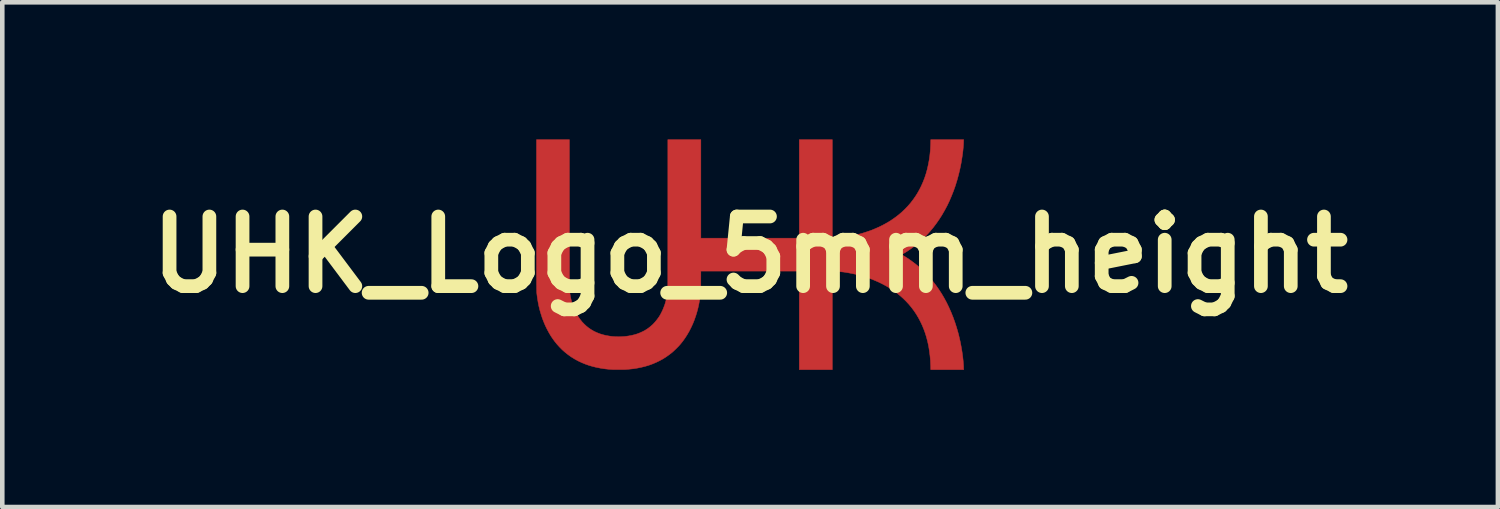
<source format=kicad_pcb>
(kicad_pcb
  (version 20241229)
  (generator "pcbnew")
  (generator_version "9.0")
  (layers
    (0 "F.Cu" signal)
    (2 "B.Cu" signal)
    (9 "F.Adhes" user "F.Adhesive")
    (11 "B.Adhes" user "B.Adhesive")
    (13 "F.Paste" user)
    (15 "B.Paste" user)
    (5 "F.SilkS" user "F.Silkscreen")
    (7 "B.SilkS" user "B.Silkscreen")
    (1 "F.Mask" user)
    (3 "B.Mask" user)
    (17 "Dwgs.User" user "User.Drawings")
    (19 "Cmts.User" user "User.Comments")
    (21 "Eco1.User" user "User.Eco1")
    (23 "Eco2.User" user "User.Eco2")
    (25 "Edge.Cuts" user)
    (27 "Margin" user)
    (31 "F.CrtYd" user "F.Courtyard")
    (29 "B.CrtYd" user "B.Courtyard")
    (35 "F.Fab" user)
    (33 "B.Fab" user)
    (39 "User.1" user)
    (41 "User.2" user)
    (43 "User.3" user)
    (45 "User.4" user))
  (footprint "UHK_Logo_5mm_height"
    (layer "F.Cu")
    (at 13.36 2.521)
    (property "Reference" "UHK_Logo_5mm_height" (at 0 0 0) (layer "F.SilkS") (effects (font (size 1.524 1.524) (thickness 0.3))))
    (attr through_hole)
    (fp_poly (pts (xy -3.953 -0.893) (xy -3.953 -0.772) (xy -3.953 -0.656) (xy -3.953 -0.544) (xy -3.953 -0.437) (xy -3.953 -0.335) (xy -3.952 -0.237) (xy -3.952 -0.144) (xy -3.952 -0.056) (xy -3.952 0.028) (xy -3.952 0.107) (xy -3.952 0.182) (xy -3.952 0.252) (xy -3.952 0.318) (xy -3.952 0.379) (xy -3.952 0.435) (xy -3.952 0.487) (xy -3.952 0.534) (xy -3.952 0.577) (xy -3.951 0.616) (xy -3.951 0.65) (xy -3.951 0.679) (xy -3.951 0.704) (xy -3.951 0.725) (xy -3.951 0.741) (xy -3.95 0.752) (xy -3.95 0.76) (xy -3.95 0.762) (xy -3.943 0.834) (xy -3.932 0.906) (xy -3.917 0.977) (xy -3.899 1.047) (xy -3.877 1.114) (xy -3.852 1.179) (xy -3.825 1.242) (xy -3.794 1.301) (xy -3.789 1.309) (xy -3.754 1.367) (xy -3.715 1.421) (xy -3.674 1.472) (xy -3.629 1.519) (xy -3.582 1.563) (xy -3.532 1.603) (xy -3.479 1.639) (xy -3.423 1.672) (xy -3.4 1.684) (xy -3.344 1.709) (xy -3.285 1.732) (xy -3.223 1.751) (xy -3.159 1.767) (xy -3.092 1.779) (xy -3.024 1.789) (xy -2.954 1.794) (xy -2.883 1.796) (xy -2.812 1.795) (xy -2.806 1.794) (xy -2.731 1.789) (xy -2.659 1.779) (xy -2.589 1.766) (xy -2.523 1.75) (xy -2.459 1.73) (xy -2.399 1.706) (xy -2.341 1.679) (xy -2.285 1.648) (xy -2.233 1.614) (xy -2.183 1.575) (xy -2.135 1.533) (xy -2.128 1.527) (xy -2.083 1.479) (xy -2.041 1.428) (xy -2.001 1.374) (xy -1.965 1.317) (xy -1.933 1.256) (xy -1.903 1.191) (xy -1.877 1.124) (xy -1.863 1.085) (xy -1.85 1.04) (xy -1.838 0.996) (xy -1.827 0.952) (xy -1.818 0.905) (xy -1.81 0.856) (xy -1.805 0.82) (xy -1.8 0.781) (xy -1.799 -0.867) (xy -1.799 -2.516) (xy -1.077 -2.516) (xy -1.077 -0.36) (xy 1.077 -0.36) (xy 1.077 -2.516) (xy 1.799 -2.516) (xy 1.799 -0.36) (xy 1.822 -0.361) (xy 1.866 -0.364) (xy 1.906 -0.367) (xy 1.944 -0.37) (xy 1.979 -0.373) (xy 2.014 -0.377) (xy 2.049 -0.382) (xy 2.084 -0.387) (xy 2.121 -0.393) (xy 2.136 -0.395) (xy 2.24 -0.414) (xy 2.343 -0.438) (xy 2.444 -0.464) (xy 2.542 -0.495) (xy 2.639 -0.528) (xy 2.733 -0.566) (xy 2.824 -0.606) (xy 2.912 -0.65) (xy 2.997 -0.697) (xy 3.023 -0.712) (xy 3.103 -0.763) (xy 3.18 -0.817) (xy 3.254 -0.874) (xy 3.324 -0.934) (xy 3.39 -0.997) (xy 3.453 -1.063) (xy 3.513 -1.132) (xy 3.568 -1.204) (xy 3.62 -1.278) (xy 3.661 -1.343) (xy 3.706 -1.423) (xy 3.747 -1.505) (xy 3.785 -1.591) (xy 3.819 -1.678) (xy 3.849 -1.769) (xy 3.875 -1.862) (xy 3.897 -1.959) (xy 3.916 -2.057) (xy 3.931 -2.159) (xy 3.942 -2.263) (xy 3.946 -2.315) (xy 3.946 -2.329) (xy 3.947 -2.346) (xy 3.948 -2.365) (xy 3.949 -2.386) (xy 3.95 -2.407) (xy 3.951 -2.429) (xy 3.951 -2.449) (xy 3.952 -2.467) (xy 3.952 -2.483) (xy 3.953 -2.495) (xy 3.953 -2.497) (xy 3.953 -2.516) (xy 4.673 -2.516) (xy 4.671 -2.467) (xy 4.669 -2.409) (xy 4.664 -2.346) (xy 4.658 -2.281) (xy 4.65 -2.213) (xy 4.64 -2.144) (xy 4.629 -2.073) (xy 4.617 -2.001) (xy 4.603 -1.93) (xy 4.588 -1.859) (xy 4.571 -1.789) (xy 4.561 -1.747) (xy 4.528 -1.627) (xy 4.492 -1.51) (xy 4.452 -1.397) (xy 4.408 -1.286) (xy 4.362 -1.178) (xy 4.312 -1.073) (xy 4.258 -0.972) (xy 4.201 -0.873) (xy 4.141 -0.778) (xy 4.077 -0.686) (xy 4.01 -0.597) (xy 3.939 -0.512) (xy 3.928 -0.499) (xy 3.915 -0.484) (xy 3.899 -0.467) (xy 3.881 -0.448) (xy 3.861 -0.427) (xy 3.84 -0.406) (xy 3.818 -0.384) (xy 3.796 -0.362) (xy 3.775 -0.341) (xy 3.754 -0.322) (xy 3.736 -0.304) (xy 3.719 -0.289) (xy 3.708 -0.279) (xy 3.649 -0.229) (xy 3.586 -0.179) (xy 3.522 -0.132) (xy 3.457 -0.087) (xy 3.393 -0.046) (xy 3.365 -0.029) (xy 3.348 -0.019) (xy 3.336 -0.011) (xy 3.328 -0.005) (xy 3.323 -0.000149) (xy 3.322 0.003) (xy 3.322 0.003) (xy 3.325 0.005) (xy 3.33 0.008) (xy 3.338 0.013) (xy 3.349 0.019) (xy 3.361 0.026) (xy 3.364 0.028) (xy 3.429 0.069) (xy 3.495 0.113) (xy 3.561 0.161) (xy 3.626 0.211) (xy 3.689 0.263) (xy 3.709 0.28) (xy 3.723 0.292) (xy 3.739 0.307) (xy 3.757 0.325) (xy 3.777 0.344) (xy 3.798 0.364) (xy 3.819 0.385) (xy 3.84 0.406) (xy 3.861 0.427) (xy 3.88 0.447) (xy 3.897 0.465) (xy 3.912 0.481) (xy 3.925 0.495) (xy 3.925 0.495) (xy 3.996 0.58) (xy 4.063 0.667) (xy 4.127 0.758) (xy 4.188 0.851) (xy 4.245 0.948) (xy 4.299 1.048) (xy 4.349 1.151) (xy 4.396 1.257) (xy 4.44 1.366) (xy 4.481 1.479) (xy 4.518 1.595) (xy 4.547 1.695) (xy 4.565 1.762) (xy 4.581 1.831) (xy 4.597 1.901) (xy 4.611 1.972) (xy 4.624 2.044) (xy 4.636 2.115) (xy 4.646 2.185) (xy 4.655 2.254) (xy 4.662 2.321) (xy 4.667 2.384) (xy 4.671 2.445) (xy 4.671 2.467) (xy 4.673 2.516) (xy 3.953 2.516) (xy 3.953 2.497) (xy 3.952 2.485) (xy 3.952 2.47) (xy 3.952 2.452) (xy 3.951 2.432) (xy 3.95 2.411) (xy 3.949 2.39) (xy 3.948 2.369) (xy 3.947 2.349) (xy 3.947 2.332) (xy 3.946 2.317) (xy 3.946 2.315) (xy 3.936 2.21) (xy 3.923 2.107) (xy 3.907 2.007) (xy 3.886 1.909) (xy 3.862 1.815) (xy 3.834 1.723) (xy 3.802 1.634) (xy 3.766 1.547) (xy 3.727 1.464) (xy 3.684 1.383) (xy 3.637 1.304) (xy 3.587 1.229) (xy 3.533 1.157) (xy 3.475 1.087) (xy 3.413 1.02) (xy 3.348 0.956) (xy 3.279 0.895) (xy 3.206 0.836) (xy 3.13 0.781) (xy 3.05 0.729) (xy 2.975 0.684) (xy 2.895 0.641) (xy 2.811 0.6) (xy 2.723 0.562) (xy 2.633 0.526) (xy 2.54 0.494) (xy 2.446 0.465) (xy 2.35 0.439) (xy 2.252 0.417) (xy 2.153 0.398) (xy 2.054 0.382) (xy 1.964 0.372) (xy 1.922 0.368) (xy 1.878 0.364) (xy 1.83 0.361) (xy 1.823 0.361) (xy 1.799 0.36) (xy 1.799 2.516) (xy 1.077 2.516) (xy 1.077 0.36) (xy -1.077 0.36) (xy -1.078 0.573) (xy -1.078 0.61) (xy -1.078 0.642) (xy -1.078 0.671) (xy -1.078 0.696) (xy -1.078 0.718) (xy -1.079 0.737) (xy -1.079 0.753) (xy -1.079 0.767) (xy -1.08 0.779) (xy -1.08 0.79) (xy -1.081 0.8) (xy -1.081 0.809) (xy -1.082 0.817) (xy -1.083 0.826) (xy -1.083 0.834) (xy -1.084 0.835) (xy -1.094 0.923) (xy -1.107 1.008) (xy -1.122 1.091) (xy -1.14 1.171) (xy -1.161 1.251) (xy -1.185 1.33) (xy -1.188 1.339) (xy -1.219 1.428) (xy -1.253 1.513) (xy -1.291 1.595) (xy -1.331 1.674) (xy -1.375 1.75) (xy -1.422 1.823) (xy -1.472 1.893) (xy -1.526 1.96) (xy -1.536 1.972) (xy -1.547 1.984) (xy -1.56 1.999) (xy -1.576 2.015) (xy -1.594 2.033) (xy -1.612 2.052) (xy -1.631 2.07) (xy -1.65 2.088) (xy -1.668 2.105) (xy -1.684 2.12) (xy -1.698 2.132) (xy -1.704 2.138) (xy -1.77 2.189) (xy -1.837 2.237) (xy -1.907 2.281) (xy -1.98 2.321) (xy -2.055 2.357) (xy -2.132 2.39) (xy -2.212 2.419) (xy -2.295 2.444) (xy -2.381 2.465) (xy -2.469 2.483) (xy -2.56 2.497) (xy -2.654 2.507) (xy -2.741 2.514) (xy -2.752 2.514) (xy -2.768 2.514) (xy -2.786 2.515) (xy -2.807 2.515) (xy -2.83 2.515) (xy -2.854 2.515) (xy -2.878 2.515) (xy -2.902 2.515) (xy -2.925 2.515) (xy -2.947 2.515) (xy -2.966 2.515) (xy -2.982 2.515) (xy -2.995 2.514) (xy -2.997 2.514) (xy -3.091 2.508) (xy -3.182 2.498) (xy -3.272 2.484) (xy -3.359 2.467) (xy -3.444 2.446) (xy -3.527 2.422) (xy -3.606 2.394) (xy -3.684 2.362) (xy -3.758 2.327) (xy -3.829 2.289) (xy -3.847 2.278) (xy -3.918 2.234) (xy -3.986 2.185) (xy -4.05 2.134) (xy -4.112 2.079) (xy -4.17 2.02) (xy -4.226 1.958) (xy -4.279 1.892) (xy -4.309 1.851) (xy -4.356 1.782) (xy -4.399 1.71) (xy -4.44 1.634) (xy -4.478 1.556) (xy -4.513 1.474) (xy -4.545 1.391) (xy -4.573 1.304) (xy -4.599 1.216) (xy -4.621 1.127) (xy -4.639 1.035) (xy -4.654 0.943) (xy -4.659 0.903) (xy -4.66 0.896) (xy -4.661 0.89) (xy -4.661 0.884) (xy -4.662 0.879) (xy -4.663 0.873) (xy -4.664 0.868) (xy -4.664 0.863) (xy -4.665 0.857) (xy -4.665 0.852) (xy -4.666 0.846) (xy -4.666 0.839) (xy -4.667 0.832) (xy -4.667 0.824) (xy -4.668 0.815) (xy -4.668 0.806) (xy -4.668 0.795) (xy -4.669 0.784) (xy -4.669 0.771) (xy -4.669 0.757) (xy -4.67 0.741) (xy -4.67 0.724) (xy -4.67 0.705) (xy -4.67 0.685) (xy -4.671 0.662) (xy -4.671 0.638) (xy -4.671 0.612) (xy -4.671 0.583) (xy -4.671 0.553) (xy -4.671 0.519) (xy -4.672 0.484) (xy -4.672 0.445) (xy -4.672 0.405) (xy -4.672 0.361) (xy -4.672 0.314) (xy -4.672 0.264) (xy -4.672 0.212) (xy -4.672 0.156) (xy -4.672 0.096) (xy -4.672 0.034) (xy -4.672 -0.033) (xy -4.672 -0.103) (xy -4.672 -0.176) (xy -4.672 -0.254) (xy -4.672 -0.336) (xy -4.672 -0.421) (xy -4.672 -0.511) (xy -4.672 -0.605) (xy -4.672 -0.704) (xy -4.672 -0.807) (xy -4.672 -2.516) (xy -3.953 -2.516) (xy -3.953 -0.893)) (stroke (width 0.01) (type solid)) (fill yes) (layer "F.Cu"))
    (fp_poly (pts (xy -3.953 -0.893) (xy -3.953 -0.772) (xy -3.953 -0.656) (xy -3.953 -0.544) (xy -3.953 -0.437) (xy -3.953 -0.335) (xy -3.952 -0.237) (xy -3.952 -0.144) (xy -3.952 -0.056) (xy -3.952 0.028) (xy -3.952 0.107) (xy -3.952 0.182) (xy -3.952 0.252) (xy -3.952 0.318) (xy -3.952 0.379) (xy -3.952 0.435) (xy -3.952 0.487) (xy -3.952 0.534) (xy -3.952 0.577) (xy -3.951 0.616) (xy -3.951 0.65) (xy -3.951 0.679) (xy -3.951 0.704) (xy -3.951 0.725) (xy -3.951 0.741) (xy -3.95 0.752) (xy -3.95 0.76) (xy -3.95 0.762) (xy -3.943 0.834) (xy -3.932 0.906) (xy -3.917 0.977) (xy -3.899 1.047) (xy -3.877 1.114) (xy -3.852 1.179) (xy -3.825 1.242) (xy -3.794 1.301) (xy -3.789 1.309) (xy -3.754 1.367) (xy -3.715 1.421) (xy -3.674 1.472) (xy -3.629 1.519) (xy -3.582 1.563) (xy -3.532 1.603) (xy -3.479 1.639) (xy -3.423 1.672) (xy -3.4 1.684) (xy -3.344 1.709) (xy -3.285 1.732) (xy -3.223 1.751) (xy -3.159 1.767) (xy -3.092 1.779) (xy -3.024 1.789) (xy -2.954 1.794) (xy -2.883 1.796) (xy -2.812 1.795) (xy -2.806 1.794) (xy -2.731 1.789) (xy -2.659 1.779) (xy -2.589 1.766) (xy -2.523 1.75) (xy -2.459 1.73) (xy -2.399 1.706) (xy -2.341 1.679) (xy -2.285 1.648) (xy -2.233 1.614) (xy -2.183 1.575) (xy -2.135 1.533) (xy -2.128 1.527) (xy -2.083 1.479) (xy -2.041 1.428) (xy -2.001 1.374) (xy -1.965 1.317) (xy -1.933 1.256) (xy -1.903 1.191) (xy -1.877 1.124) (xy -1.863 1.085) (xy -1.85 1.04) (xy -1.838 0.996) (xy -1.827 0.952) (xy -1.818 0.905) (xy -1.81 0.856) (xy -1.805 0.82) (xy -1.8 0.781) (xy -1.799 -0.867) (xy -1.799 -2.516) (xy -1.077 -2.516) (xy -1.077 -0.36) (xy 1.077 -0.36) (xy 1.077 -2.516) (xy 1.799 -2.516) (xy 1.799 -0.36) (xy 1.822 -0.361) (xy 1.866 -0.364) (xy 1.906 -0.367) (xy 1.944 -0.37) (xy 1.979 -0.373) (xy 2.014 -0.377) (xy 2.049 -0.382) (xy 2.084 -0.387) (xy 2.121 -0.393) (xy 2.136 -0.395) (xy 2.24 -0.414) (xy 2.343 -0.438) (xy 2.444 -0.464) (xy 2.542 -0.495) (xy 2.639 -0.528) (xy 2.733 -0.566) (xy 2.824 -0.606) (xy 2.912 -0.65) (xy 2.997 -0.697) (xy 3.023 -0.712) (xy 3.103 -0.763) (xy 3.18 -0.817) (xy 3.254 -0.874) (xy 3.324 -0.934) (xy 3.39 -0.997) (xy 3.453 -1.063) (xy 3.513 -1.132) (xy 3.568 -1.204) (xy 3.62 -1.278) (xy 3.661 -1.343) (xy 3.706 -1.423) (xy 3.747 -1.505) (xy 3.785 -1.591) (xy 3.819 -1.678) (xy 3.849 -1.769) (xy 3.875 -1.862) (xy 3.897 -1.959) (xy 3.916 -2.057) (xy 3.931 -2.159) (xy 3.942 -2.263) (xy 3.946 -2.315) (xy 3.946 -2.329) (xy 3.947 -2.346) (xy 3.948 -2.365) (xy 3.949 -2.386) (xy 3.95 -2.407) (xy 3.951 -2.429) (xy 3.951 -2.449) (xy 3.952 -2.467) (xy 3.952 -2.483) (xy 3.953 -2.495) (xy 3.953 -2.497) (xy 3.953 -2.516) (xy 4.673 -2.516) (xy 4.671 -2.467) (xy 4.669 -2.409) (xy 4.664 -2.346) (xy 4.658 -2.281) (xy 4.65 -2.213) (xy 4.64 -2.144) (xy 4.629 -2.073) (xy 4.617 -2.001) (xy 4.603 -1.93) (xy 4.588 -1.859) (xy 4.571 -1.789) (xy 4.561 -1.747) (xy 4.528 -1.627) (xy 4.492 -1.51) (xy 4.452 -1.397) (xy 4.408 -1.286) (xy 4.362 -1.178) (xy 4.312 -1.073) (xy 4.258 -0.972) (xy 4.201 -0.873) (xy 4.141 -0.778) (xy 4.077 -0.686) (xy 4.01 -0.597) (xy 3.939 -0.512) (xy 3.928 -0.499) (xy 3.915 -0.484) (xy 3.899 -0.467) (xy 3.881 -0.448) (xy 3.861 -0.427) (xy 3.84 -0.406) (xy 3.818 -0.384) (xy 3.796 -0.362) (xy 3.775 -0.341) (xy 3.754 -0.322) (xy 3.736 -0.304) (xy 3.719 -0.289) (xy 3.708 -0.279) (xy 3.649 -0.229) (xy 3.586 -0.179) (xy 3.522 -0.132) (xy 3.457 -0.087) (xy 3.393 -0.046) (xy 3.365 -0.029) (xy 3.348 -0.019) (xy 3.336 -0.011) (xy 3.328 -0.005) (xy 3.323 -0.000149) (xy 3.322 0.003) (xy 3.322 0.003) (xy 3.325 0.005) (xy 3.33 0.008) (xy 3.338 0.013) (xy 3.349 0.019) (xy 3.361 0.026) (xy 3.364 0.028) (xy 3.429 0.069) (xy 3.495 0.113) (xy 3.561 0.161) (xy 3.626 0.211) (xy 3.689 0.263) (xy 3.709 0.28) (xy 3.723 0.292) (xy 3.739 0.307) (xy 3.757 0.325) (xy 3.777 0.344) (xy 3.798 0.364) (xy 3.819 0.385) (xy 3.84 0.406) (xy 3.861 0.427) (xy 3.88 0.447) (xy 3.897 0.465) (xy 3.912 0.481) (xy 3.925 0.495) (xy 3.925 0.495) (xy 3.996 0.58) (xy 4.063 0.667) (xy 4.127 0.758) (xy 4.188 0.851) (xy 4.245 0.948) (xy 4.299 1.048) (xy 4.349 1.151) (xy 4.396 1.257) (xy 4.44 1.366) (xy 4.481 1.479) (xy 4.518 1.595) (xy 4.547 1.695) (xy 4.565 1.762) (xy 4.581 1.831) (xy 4.597 1.901) (xy 4.611 1.972) (xy 4.624 2.044) (xy 4.636 2.115) (xy 4.646 2.185) (xy 4.655 2.254) (xy 4.662 2.321) (xy 4.667 2.384) (xy 4.671 2.445) (xy 4.671 2.467) (xy 4.673 2.516) (xy 3.953 2.516) (xy 3.953 2.497) (xy 3.952 2.485) (xy 3.952 2.47) (xy 3.952 2.452) (xy 3.951 2.432) (xy 3.95 2.411) (xy 3.949 2.39) (xy 3.948 2.369) (xy 3.947 2.349) (xy 3.947 2.332) (xy 3.946 2.317) (xy 3.946 2.315) (xy 3.936 2.21) (xy 3.923 2.107) (xy 3.907 2.007) (xy 3.886 1.909) (xy 3.862 1.815) (xy 3.834 1.723) (xy 3.802 1.634) (xy 3.766 1.547) (xy 3.727 1.464) (xy 3.684 1.383) (xy 3.637 1.304) (xy 3.587 1.229) (xy 3.533 1.157) (xy 3.475 1.087) (xy 3.413 1.02) (xy 3.348 0.956) (xy 3.279 0.895) (xy 3.206 0.836) (xy 3.13 0.781) (xy 3.05 0.729) (xy 2.975 0.684) (xy 2.895 0.641) (xy 2.811 0.6) (xy 2.723 0.562) (xy 2.633 0.526) (xy 2.54 0.494) (xy 2.446 0.465) (xy 2.35 0.439) (xy 2.252 0.417) (xy 2.153 0.398) (xy 2.054 0.382) (xy 1.964 0.372) (xy 1.922 0.368) (xy 1.878 0.364) (xy 1.83 0.361) (xy 1.823 0.361) (xy 1.799 0.36) (xy 1.799 2.516) (xy 1.077 2.516) (xy 1.077 0.36) (xy -1.077 0.36) (xy -1.078 0.573) (xy -1.078 0.61) (xy -1.078 0.642) (xy -1.078 0.671) (xy -1.078 0.696) (xy -1.078 0.718) (xy -1.079 0.737) (xy -1.079 0.753) (xy -1.079 0.767) (xy -1.08 0.779) (xy -1.08 0.79) (xy -1.081 0.8) (xy -1.081 0.809) (xy -1.082 0.817) (xy -1.083 0.826) (xy -1.083 0.834) (xy -1.084 0.835) (xy -1.094 0.923) (xy -1.107 1.008) (xy -1.122 1.091) (xy -1.14 1.171) (xy -1.161 1.251) (xy -1.185 1.33) (xy -1.188 1.339) (xy -1.219 1.428) (xy -1.253 1.513) (xy -1.291 1.595) (xy -1.331 1.674) (xy -1.375 1.75) (xy -1.422 1.823) (xy -1.472 1.893) (xy -1.526 1.96) (xy -1.536 1.972) (xy -1.547 1.984) (xy -1.56 1.999) (xy -1.576 2.015) (xy -1.594 2.033) (xy -1.612 2.052) (xy -1.631 2.07) (xy -1.65 2.088) (xy -1.668 2.105) (xy -1.684 2.12) (xy -1.698 2.132) (xy -1.704 2.138) (xy -1.77 2.189) (xy -1.837 2.237) (xy -1.907 2.281) (xy -1.98 2.321) (xy -2.055 2.357) (xy -2.132 2.39) (xy -2.212 2.419) (xy -2.295 2.444) (xy -2.381 2.465) (xy -2.469 2.483) (xy -2.56 2.497) (xy -2.654 2.507) (xy -2.741 2.514) (xy -2.752 2.514) (xy -2.768 2.514) (xy -2.786 2.515) (xy -2.807 2.515) (xy -2.83 2.515) (xy -2.854 2.515) (xy -2.878 2.515) (xy -2.902 2.515) (xy -2.925 2.515) (xy -2.947 2.515) (xy -2.966 2.515) (xy -2.982 2.515) (xy -2.995 2.514) (xy -2.997 2.514) (xy -3.091 2.508) (xy -3.182 2.498) (xy -3.272 2.484) (xy -3.359 2.467) (xy -3.444 2.446) (xy -3.527 2.422) (xy -3.606 2.394) (xy -3.684 2.362) (xy -3.758 2.327) (xy -3.829 2.289) (xy -3.847 2.278) (xy -3.918 2.234) (xy -3.986 2.185) (xy -4.05 2.134) (xy -4.112 2.079) (xy -4.17 2.02) (xy -4.226 1.958) (xy -4.279 1.892) (xy -4.309 1.851) (xy -4.356 1.782) (xy -4.399 1.71) (xy -4.44 1.634) (xy -4.478 1.556) (xy -4.513 1.474) (xy -4.545 1.391) (xy -4.573 1.304) (xy -4.599 1.216) (xy -4.621 1.127) (xy -4.639 1.035) (xy -4.654 0.943) (xy -4.659 0.903) (xy -4.66 0.896) (xy -4.661 0.89) (xy -4.661 0.884) (xy -4.662 0.879) (xy -4.663 0.873) (xy -4.664 0.868) (xy -4.664 0.863) (xy -4.665 0.857) (xy -4.665 0.852) (xy -4.666 0.846) (xy -4.666 0.839) (xy -4.667 0.832) (xy -4.667 0.824) (xy -4.668 0.815) (xy -4.668 0.806) (xy -4.668 0.795) (xy -4.669 0.784) (xy -4.669 0.771) (xy -4.669 0.757) (xy -4.67 0.741) (xy -4.67 0.724) (xy -4.67 0.705) (xy -4.67 0.685) (xy -4.671 0.662) (xy -4.671 0.638) (xy -4.671 0.612) (xy -4.671 0.583) (xy -4.671 0.553) (xy -4.671 0.519) (xy -4.672 0.484) (xy -4.672 0.445) (xy -4.672 0.405) (xy -4.672 0.361) (xy -4.672 0.314) (xy -4.672 0.264) (xy -4.672 0.212) (xy -4.672 0.156) (xy -4.672 0.096) (xy -4.672 0.034) (xy -4.672 -0.033) (xy -4.672 -0.103) (xy -4.672 -0.176) (xy -4.672 -0.254) (xy -4.672 -0.336) (xy -4.672 -0.421) (xy -4.672 -0.511) (xy -4.672 -0.605) (xy -4.672 -0.704) (xy -4.672 -0.807) (xy -4.672 -2.516) (xy -3.953 -2.516) (xy -3.953 -0.893)) (stroke (width 0.01) (type solid)) (fill yes) (layer "F.Mask")))
  (gr_rect
    (start -3 -3)
    (end 29.721 8.042)
    (stroke (width 0.1) (type default))
    (fill no)
    (layer "Edge.Cuts")))
</source>
